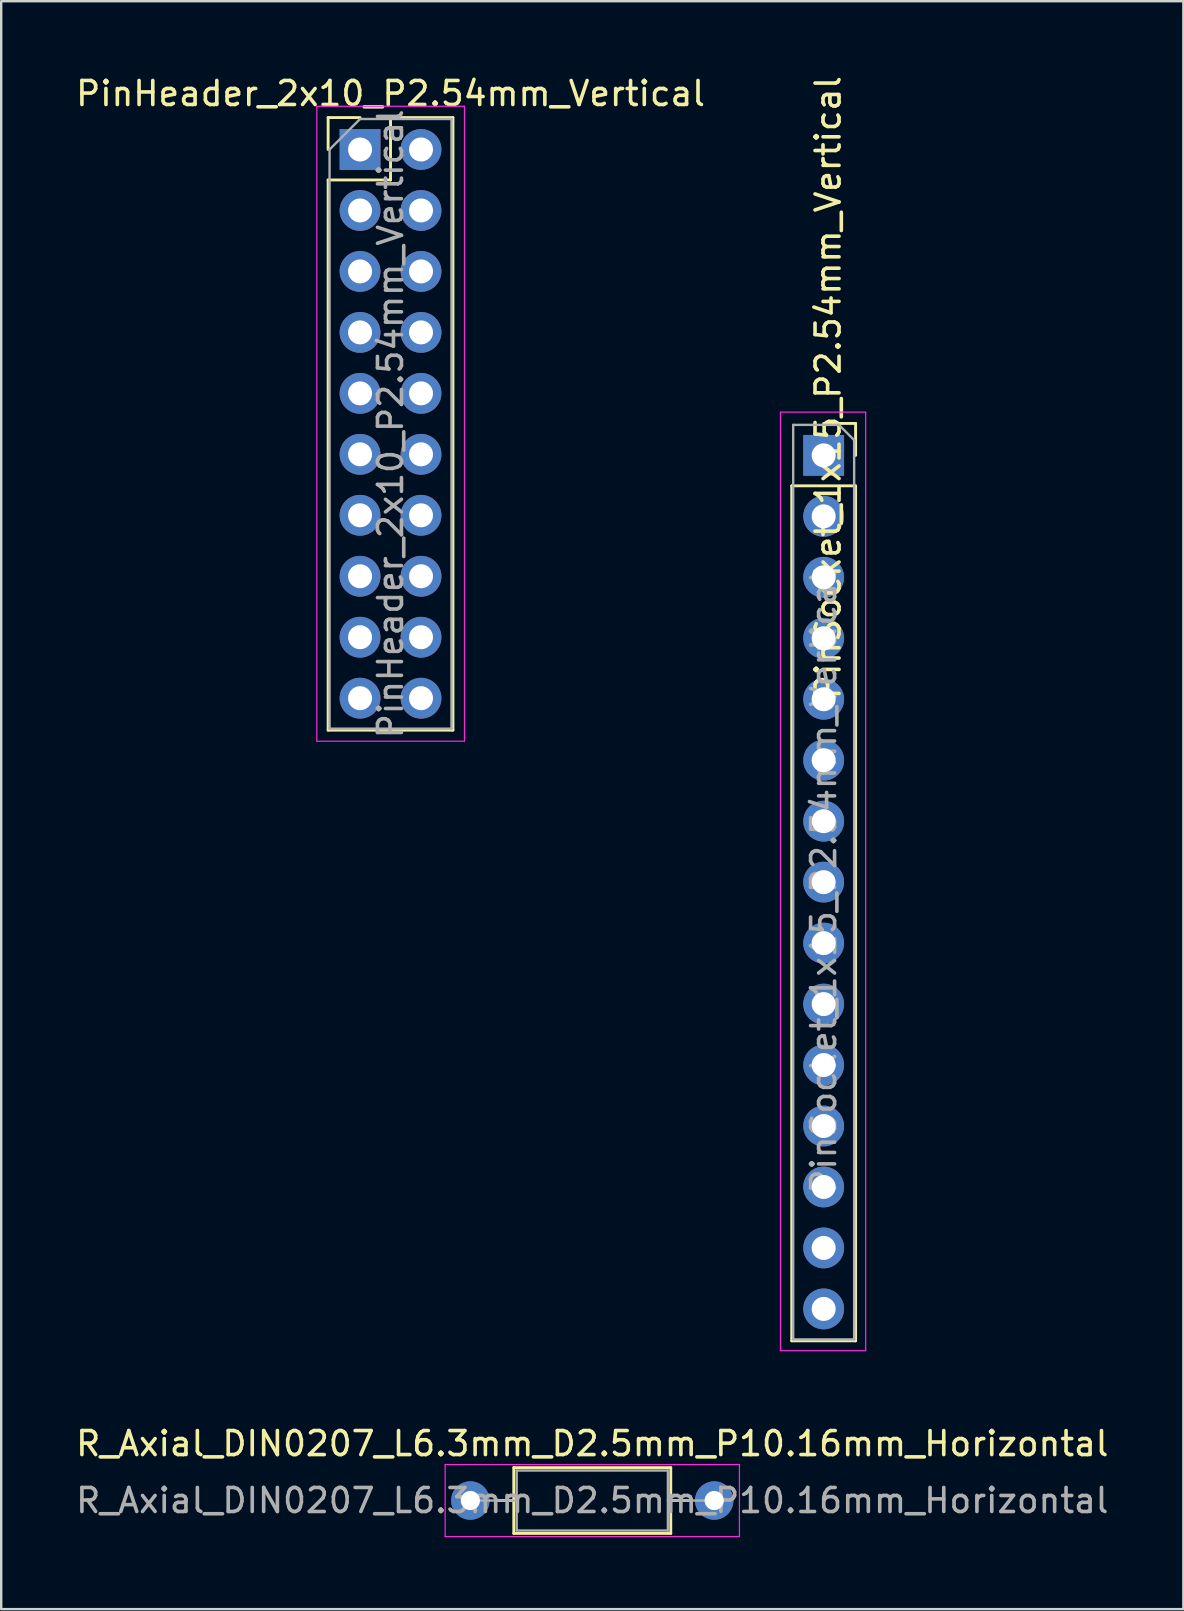
<source format=kicad_pcb>
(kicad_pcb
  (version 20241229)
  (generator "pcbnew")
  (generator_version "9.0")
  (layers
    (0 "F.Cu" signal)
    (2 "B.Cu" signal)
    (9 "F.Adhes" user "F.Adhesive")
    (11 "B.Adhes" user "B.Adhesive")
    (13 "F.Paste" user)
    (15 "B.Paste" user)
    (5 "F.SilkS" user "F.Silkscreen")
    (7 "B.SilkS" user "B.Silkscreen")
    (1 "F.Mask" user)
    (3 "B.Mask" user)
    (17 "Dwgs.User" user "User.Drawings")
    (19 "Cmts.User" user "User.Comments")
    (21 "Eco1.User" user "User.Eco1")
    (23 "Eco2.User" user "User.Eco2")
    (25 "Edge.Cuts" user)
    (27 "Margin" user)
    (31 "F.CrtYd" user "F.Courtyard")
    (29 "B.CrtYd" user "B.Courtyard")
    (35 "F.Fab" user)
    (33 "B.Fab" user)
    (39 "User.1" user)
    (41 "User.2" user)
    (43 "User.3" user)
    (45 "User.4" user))
  (footprint "PinSocket_1x15_P2.54mm_Vertical"
    (layer "F.Cu")
    (at 31.265 15.921)
    (property "Reference" "PinSocket_1x15_P2.54mm_Vertical" (at 0.185 -2.82 270) (layer "F.SilkS") (effects (font (size 1 1) (thickness 0.15))))
    (attr through_hole)
    (fp_line (start -1.33 1.27) (end -1.33 36.89) (stroke (width 0.12) (type solid)) (layer "F.SilkS"))
    (fp_line (start -1.33 1.27) (end 1.33 1.27) (stroke (width 0.12) (type solid)) (layer "F.SilkS"))
    (fp_line (start -1.33 36.89) (end 1.33 36.89) (stroke (width 0.12) (type solid)) (layer "F.SilkS"))
    (fp_line (start 0 -1.33) (end 1.33 -1.33) (stroke (width 0.12) (type solid)) (layer "F.SilkS"))
    (fp_line (start 1.33 -1.33) (end 1.33 0) (stroke (width 0.12) (type solid)) (layer "F.SilkS"))
    (fp_line (start 1.33 1.27) (end 1.33 36.89) (stroke (width 0.12) (type solid)) (layer "F.SilkS"))
    (fp_line (start -1.8 -1.8) (end 1.75 -1.8) (stroke (width 0.05) (type solid)) (layer "F.CrtYd"))
    (fp_line (start -1.8 37.3) (end -1.8 -1.8) (stroke (width 0.05) (type solid)) (layer "F.CrtYd"))
    (fp_line (start 1.75 -1.8) (end 1.75 37.3) (stroke (width 0.05) (type solid)) (layer "F.CrtYd"))
    (fp_line (start 1.75 37.3) (end -1.8 37.3) (stroke (width 0.05) (type solid)) (layer "F.CrtYd"))
    (fp_line (start -1.27 -1.27) (end 0.635 -1.27) (stroke (width 0.1) (type solid)) (layer "F.Fab"))
    (fp_line (start -1.27 36.83) (end -1.27 -1.27) (stroke (width 0.1) (type solid)) (layer "F.Fab"))
    (fp_line (start 0.635 -1.27) (end 1.27 -0.635) (stroke (width 0.1) (type solid)) (layer "F.Fab"))
    (fp_line (start 1.27 -0.635) (end 1.27 36.83) (stroke (width 0.1) (type solid)) (layer "F.Fab"))
    (fp_line (start 1.27 36.83) (end -1.27 36.83) (stroke (width 0.1) (type solid)) (layer "F.Fab"))
    (fp_text user "${REFERENCE}" (at 0 17.78 90) (layer "F.Fab") (effects (font (size 1 1) (thickness 0.15))))
    (pad "1" thru_hole rect (at 0 0) (size 1.7 1.7) (drill 1) (layers "*.Cu" "*.Mask"))
    (pad "2" thru_hole oval (at 0 2.54) (size 1.7 1.7) (drill 1) (layers "*.Cu" "*.Mask"))
    (pad "3" thru_hole oval (at 0 5.08) (size 1.7 1.7) (drill 1) (layers "*.Cu" "*.Mask"))
    (pad "4" thru_hole oval (at 0 7.62) (size 1.7 1.7) (drill 1) (layers "*.Cu" "*.Mask"))
    (pad "5" thru_hole oval (at 0 10.16) (size 1.7 1.7) (drill 1) (layers "*.Cu" "*.Mask"))
    (pad "6" thru_hole oval (at 0 12.7) (size 1.7 1.7) (drill 1) (layers "*.Cu" "*.Mask"))
    (pad "7" thru_hole oval (at 0 15.24) (size 1.7 1.7) (drill 1) (layers "*.Cu" "*.Mask"))
    (pad "8" thru_hole oval (at 0 17.78) (size 1.7 1.7) (drill 1) (layers "*.Cu" "*.Mask"))
    (pad "9" thru_hole oval (at 0 20.32) (size 1.7 1.7) (drill 1) (layers "*.Cu" "*.Mask"))
    (pad "10" thru_hole oval (at 0 22.86) (size 1.7 1.7) (drill 1) (layers "*.Cu" "*.Mask"))
    (pad "11" thru_hole oval (at 0 25.4) (size 1.7 1.7) (drill 1) (layers "*.Cu" "*.Mask"))
    (pad "12" thru_hole oval (at 0 27.94) (size 1.7 1.7) (drill 1) (layers "*.Cu" "*.Mask"))
    (pad "13" thru_hole oval (at 0 30.48) (size 1.7 1.7) (drill 1) (layers "*.Cu" "*.Mask"))
    (pad "14" thru_hole oval (at 0 33.02) (size 1.7 1.7) (drill 1) (layers "*.Cu" "*.Mask"))
    (pad "15" thru_hole oval (at 0 35.56) (size 1.7 1.7) (drill 1) (layers "*.Cu" "*.Mask")))
  (footprint "R_Axial_DIN0207_L6.3mm_D2.5mm_P10.16mm_Horizontal"
    (layer "F.Cu")
    (at 16.545 59.464)
    (property "Reference" "R_Axial_DIN0207_L6.3mm_D2.5mm_P10.16mm_Horizontal" (at 5.08 -2.37 180) (layer "F.SilkS") (effects (font (size 1 1) (thickness 0.15))))
    (attr through_hole)
    (fp_line (start 1.04 0) (end 1.81 0) (stroke (width 0.12) (type solid)) (layer "F.SilkS"))
    (fp_line (start 1.81 -1.37) (end 1.81 1.37) (stroke (width 0.12) (type solid)) (layer "F.SilkS"))
    (fp_line (start 1.81 1.37) (end 8.35 1.37) (stroke (width 0.12) (type solid)) (layer "F.SilkS"))
    (fp_line (start 8.35 -1.37) (end 1.81 -1.37) (stroke (width 0.12) (type solid)) (layer "F.SilkS"))
    (fp_line (start 8.35 1.37) (end 8.35 -1.37) (stroke (width 0.12) (type solid)) (layer "F.SilkS"))
    (fp_line (start 9.12 0) (end 8.35 0) (stroke (width 0.12) (type solid)) (layer "F.SilkS"))
    (fp_line (start -1.05 -1.5) (end -1.05 1.5) (stroke (width 0.05) (type solid)) (layer "F.CrtYd"))
    (fp_line (start -1.05 1.5) (end 11.21 1.5) (stroke (width 0.05) (type solid)) (layer "F.CrtYd"))
    (fp_line (start 11.21 -1.5) (end -1.05 -1.5) (stroke (width 0.05) (type solid)) (layer "F.CrtYd"))
    (fp_line (start 11.21 1.5) (end 11.21 -1.5) (stroke (width 0.05) (type solid)) (layer "F.CrtYd"))
    (fp_line (start 0 0) (end 1.93 0) (stroke (width 0.1) (type solid)) (layer "F.Fab"))
    (fp_line (start 1.93 -1.25) (end 1.93 1.25) (stroke (width 0.1) (type solid)) (layer "F.Fab"))
    (fp_line (start 1.93 1.25) (end 8.23 1.25) (stroke (width 0.1) (type solid)) (layer "F.Fab"))
    (fp_line (start 8.23 -1.25) (end 1.93 -1.25) (stroke (width 0.1) (type solid)) (layer "F.Fab"))
    (fp_line (start 8.23 1.25) (end 8.23 -1.25) (stroke (width 0.1) (type solid)) (layer "F.Fab"))
    (fp_line (start 10.16 0) (end 8.23 0) (stroke (width 0.1) (type solid)) (layer "F.Fab"))
    (fp_text user "${REFERENCE}" (at 5.08 0 180) (layer "F.Fab") (effects (font (size 1 1) (thickness 0.15))))
    (pad "1" thru_hole circle (at 0 0) (size 1.6 1.6) (drill 0.8) (layers "*.Cu" "*.Mask"))
    (pad "2" thru_hole oval (at 10.16 0) (size 1.6 1.6) (drill 0.8) (layers "*.Cu" "*.Mask")))
  (footprint "PinHeader_2x10_P2.54mm_Vertical"
    (layer "F.Cu")
    (at 11.95 3.178)
    (property "Reference" "PinHeader_2x10_P2.54mm_Vertical" (at 1.27 -2.33 0) (layer "F.SilkS") (effects (font (size 1 1) (thickness 0.15))))
    (attr through_hole)
    (fp_line (start -1.33 -1.33) (end 0 -1.33) (stroke (width 0.12) (type solid)) (layer "F.SilkS"))
    (fp_line (start -1.33 0) (end -1.33 -1.33) (stroke (width 0.12) (type solid)) (layer "F.SilkS"))
    (fp_line (start -1.33 1.27) (end -1.33 24.19) (stroke (width 0.12) (type solid)) (layer "F.SilkS"))
    (fp_line (start -1.33 1.27) (end 1.27 1.27) (stroke (width 0.12) (type solid)) (layer "F.SilkS"))
    (fp_line (start -1.33 24.19) (end 3.87 24.19) (stroke (width 0.12) (type solid)) (layer "F.SilkS"))
    (fp_line (start 1.27 -1.33) (end 3.87 -1.33) (stroke (width 0.12) (type solid)) (layer "F.SilkS"))
    (fp_line (start 1.27 1.27) (end 1.27 -1.33) (stroke (width 0.12) (type solid)) (layer "F.SilkS"))
    (fp_line (start 3.87 -1.33) (end 3.87 24.19) (stroke (width 0.12) (type solid)) (layer "F.SilkS"))
    (fp_line (start -1.8 -1.8) (end -1.8 24.65) (stroke (width 0.05) (type solid)) (layer "F.CrtYd"))
    (fp_line (start -1.8 24.65) (end 4.35 24.65) (stroke (width 0.05) (type solid)) (layer "F.CrtYd"))
    (fp_line (start 4.35 -1.8) (end -1.8 -1.8) (stroke (width 0.05) (type solid)) (layer "F.CrtYd"))
    (fp_line (start 4.35 24.65) (end 4.35 -1.8) (stroke (width 0.05) (type solid)) (layer "F.CrtYd"))
    (fp_line (start -1.27 0) (end 0 -1.27) (stroke (width 0.1) (type solid)) (layer "F.Fab"))
    (fp_line (start -1.27 24.13) (end -1.27 0) (stroke (width 0.1) (type solid)) (layer "F.Fab"))
    (fp_line (start 0 -1.27) (end 3.81 -1.27) (stroke (width 0.1) (type solid)) (layer "F.Fab"))
    (fp_line (start 3.81 -1.27) (end 3.81 24.13) (stroke (width 0.1) (type solid)) (layer "F.Fab"))
    (fp_line (start 3.81 24.13) (end -1.27 24.13) (stroke (width 0.1) (type solid)) (layer "F.Fab"))
    (fp_text user "${REFERENCE}" (at 1.27 11.43 90) (layer "F.Fab") (effects (font (size 1 1) (thickness 0.15))))
    (pad "1" thru_hole rect (at 0 0) (size 1.7 1.7) (drill 1) (layers "*.Cu" "*.Mask"))
    (pad "2" thru_hole oval (at 2.54 0) (size 1.7 1.7) (drill 1) (layers "*.Cu" "*.Mask"))
    (pad "3" thru_hole oval (at 0 2.54) (size 1.7 1.7) (drill 1) (layers "*.Cu" "*.Mask"))
    (pad "4" thru_hole oval (at 2.54 2.54) (size 1.7 1.7) (drill 1) (layers "*.Cu" "*.Mask"))
    (pad "5" thru_hole oval (at 0 5.08) (size 1.7 1.7) (drill 1) (layers "*.Cu" "*.Mask"))
    (pad "6" thru_hole oval (at 2.54 5.08) (size 1.7 1.7) (drill 1) (layers "*.Cu" "*.Mask"))
    (pad "7" thru_hole oval (at 0 7.62) (size 1.7 1.7) (drill 1) (layers "*.Cu" "*.Mask"))
    (pad "8" thru_hole oval (at 2.54 7.62) (size 1.7 1.7) (drill 1) (layers "*.Cu" "*.Mask"))
    (pad "9" thru_hole oval (at 0 10.16) (size 1.7 1.7) (drill 1) (layers "*.Cu" "*.Mask"))
    (pad "10" thru_hole oval (at 2.54 10.16) (size 1.7 1.7) (drill 1) (layers "*.Cu" "*.Mask"))
    (pad "11" thru_hole oval (at 0 12.7) (size 1.7 1.7) (drill 1) (layers "*.Cu" "*.Mask"))
    (pad "12" thru_hole oval (at 2.54 12.7) (size 1.7 1.7) (drill 1) (layers "*.Cu" "*.Mask"))
    (pad "13" thru_hole oval (at 0 15.24) (size 1.7 1.7) (drill 1) (layers "*.Cu" "*.Mask"))
    (pad "14" thru_hole oval (at 2.54 15.24) (size 1.7 1.7) (drill 1) (layers "*.Cu" "*.Mask"))
    (pad "15" thru_hole oval (at 0 17.78) (size 1.7 1.7) (drill 1) (layers "*.Cu" "*.Mask"))
    (pad "16" thru_hole oval (at 2.54 17.78) (size 1.7 1.7) (drill 1) (layers "*.Cu" "*.Mask"))
    (pad "17" thru_hole oval (at 0 20.32) (size 1.7 1.7) (drill 1) (layers "*.Cu" "*.Mask"))
    (pad "18" thru_hole oval (at 2.54 20.32) (size 1.7 1.7) (drill 1) (layers "*.Cu" "*.Mask"))
    (pad "19" thru_hole oval (at 0 22.86) (size 1.7 1.7) (drill 1) (layers "*.Cu" "*.Mask"))
    (pad "20" thru_hole oval (at 2.54 22.86) (size 1.7 1.7) (drill 1) (layers "*.Cu" "*.Mask")))
  (gr_rect
    (start -3 -3)
    (end 46.25 63.989)
    (stroke (width 0.1) (type default))
    (fill no)
    (layer "Edge.Cuts")))
</source>
